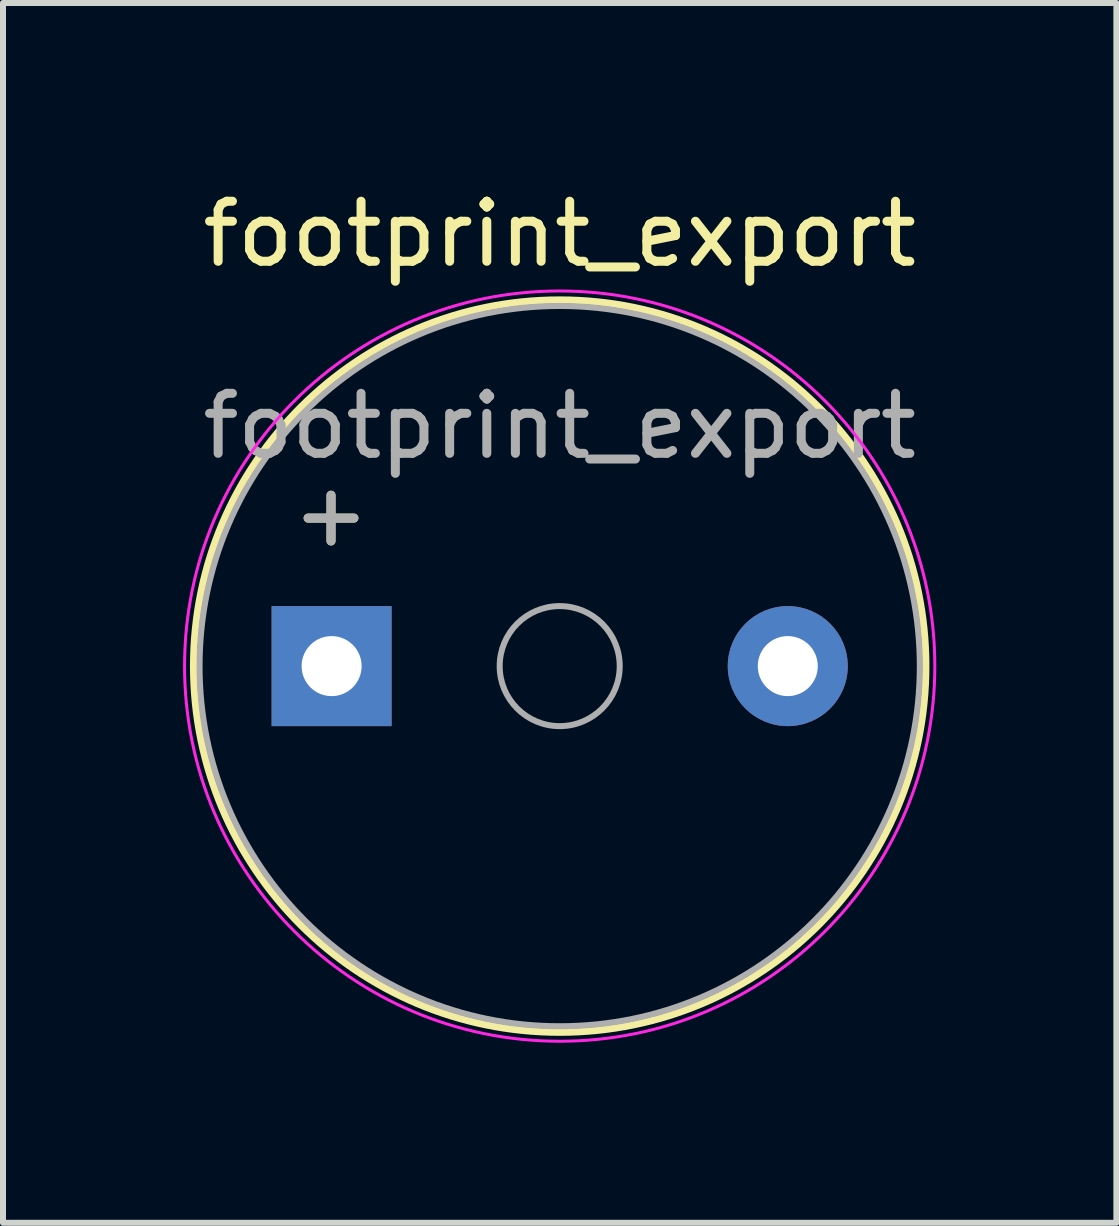
<source format=kicad_pcb>
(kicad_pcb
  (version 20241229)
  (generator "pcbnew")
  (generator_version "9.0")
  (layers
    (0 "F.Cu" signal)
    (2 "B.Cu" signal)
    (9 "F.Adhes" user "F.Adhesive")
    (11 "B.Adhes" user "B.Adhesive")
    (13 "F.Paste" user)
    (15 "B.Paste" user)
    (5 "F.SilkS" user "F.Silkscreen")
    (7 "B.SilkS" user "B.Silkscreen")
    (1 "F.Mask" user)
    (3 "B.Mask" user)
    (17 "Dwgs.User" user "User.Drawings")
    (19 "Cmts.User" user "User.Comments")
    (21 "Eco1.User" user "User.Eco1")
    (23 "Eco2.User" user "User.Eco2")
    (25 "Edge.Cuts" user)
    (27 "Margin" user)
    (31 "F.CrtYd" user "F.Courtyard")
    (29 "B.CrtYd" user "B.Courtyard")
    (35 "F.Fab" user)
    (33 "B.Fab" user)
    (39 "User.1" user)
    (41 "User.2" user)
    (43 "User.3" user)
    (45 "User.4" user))
  (footprint "footprint_export"
    (layer "F.Cu")
    (at 2.475 8.048)
    (property "Reference" "footprint_export" (at 3.8 -7.2 0) (layer "F.SilkS") (effects (font (size 1 1) (thickness 0.15))))
    (attr through_hole)
    (fp_circle (center 3.8 0) (end 9.9 0) (stroke (width 0.12) (type solid)) (fill no) (layer "F.SilkS"))
    (fp_circle (center 3.8 0) (end 10.05 0) (stroke (width 0.05) (type solid)) (fill no) (layer "F.CrtYd"))
    (fp_circle (center 3.8 0) (end 4.8 0) (stroke (width 0.1) (type solid)) (fill no) (layer "F.Fab"))
    (fp_circle (center 3.8 0) (end 9.8 0) (stroke (width 0.1) (type solid)) (fill no) (layer "F.Fab"))
    (fp_text user "+" (at -0.01 -2.54 0) (layer "F.SilkS") (effects (font (size 1 1) (thickness 0.15))))
    (fp_text user "${REFERENCE}" (at 3.8 -4 0) (layer "F.Fab") (effects (font (size 1 1) (thickness 0.15))))
    (fp_text user "+" (at -0.01 -2.54 0) (layer "F.Fab") (effects (font (size 1 1) (thickness 0.15))))
    (pad "1" thru_hole rect (at 0 0) (size 2 2) (drill 1) (layers "*.Cu" "*.Mask"))
    (pad "2" thru_hole circle (at 7.6 0) (size 2 2) (drill 1) (layers "*.Cu" "*.Mask")))
  (gr_rect
    (start -3 -3)
    (end 15.55 17.323)
    (stroke (width 0.1) (type default))
    (fill no)
    (layer "Edge.Cuts")))
</source>
